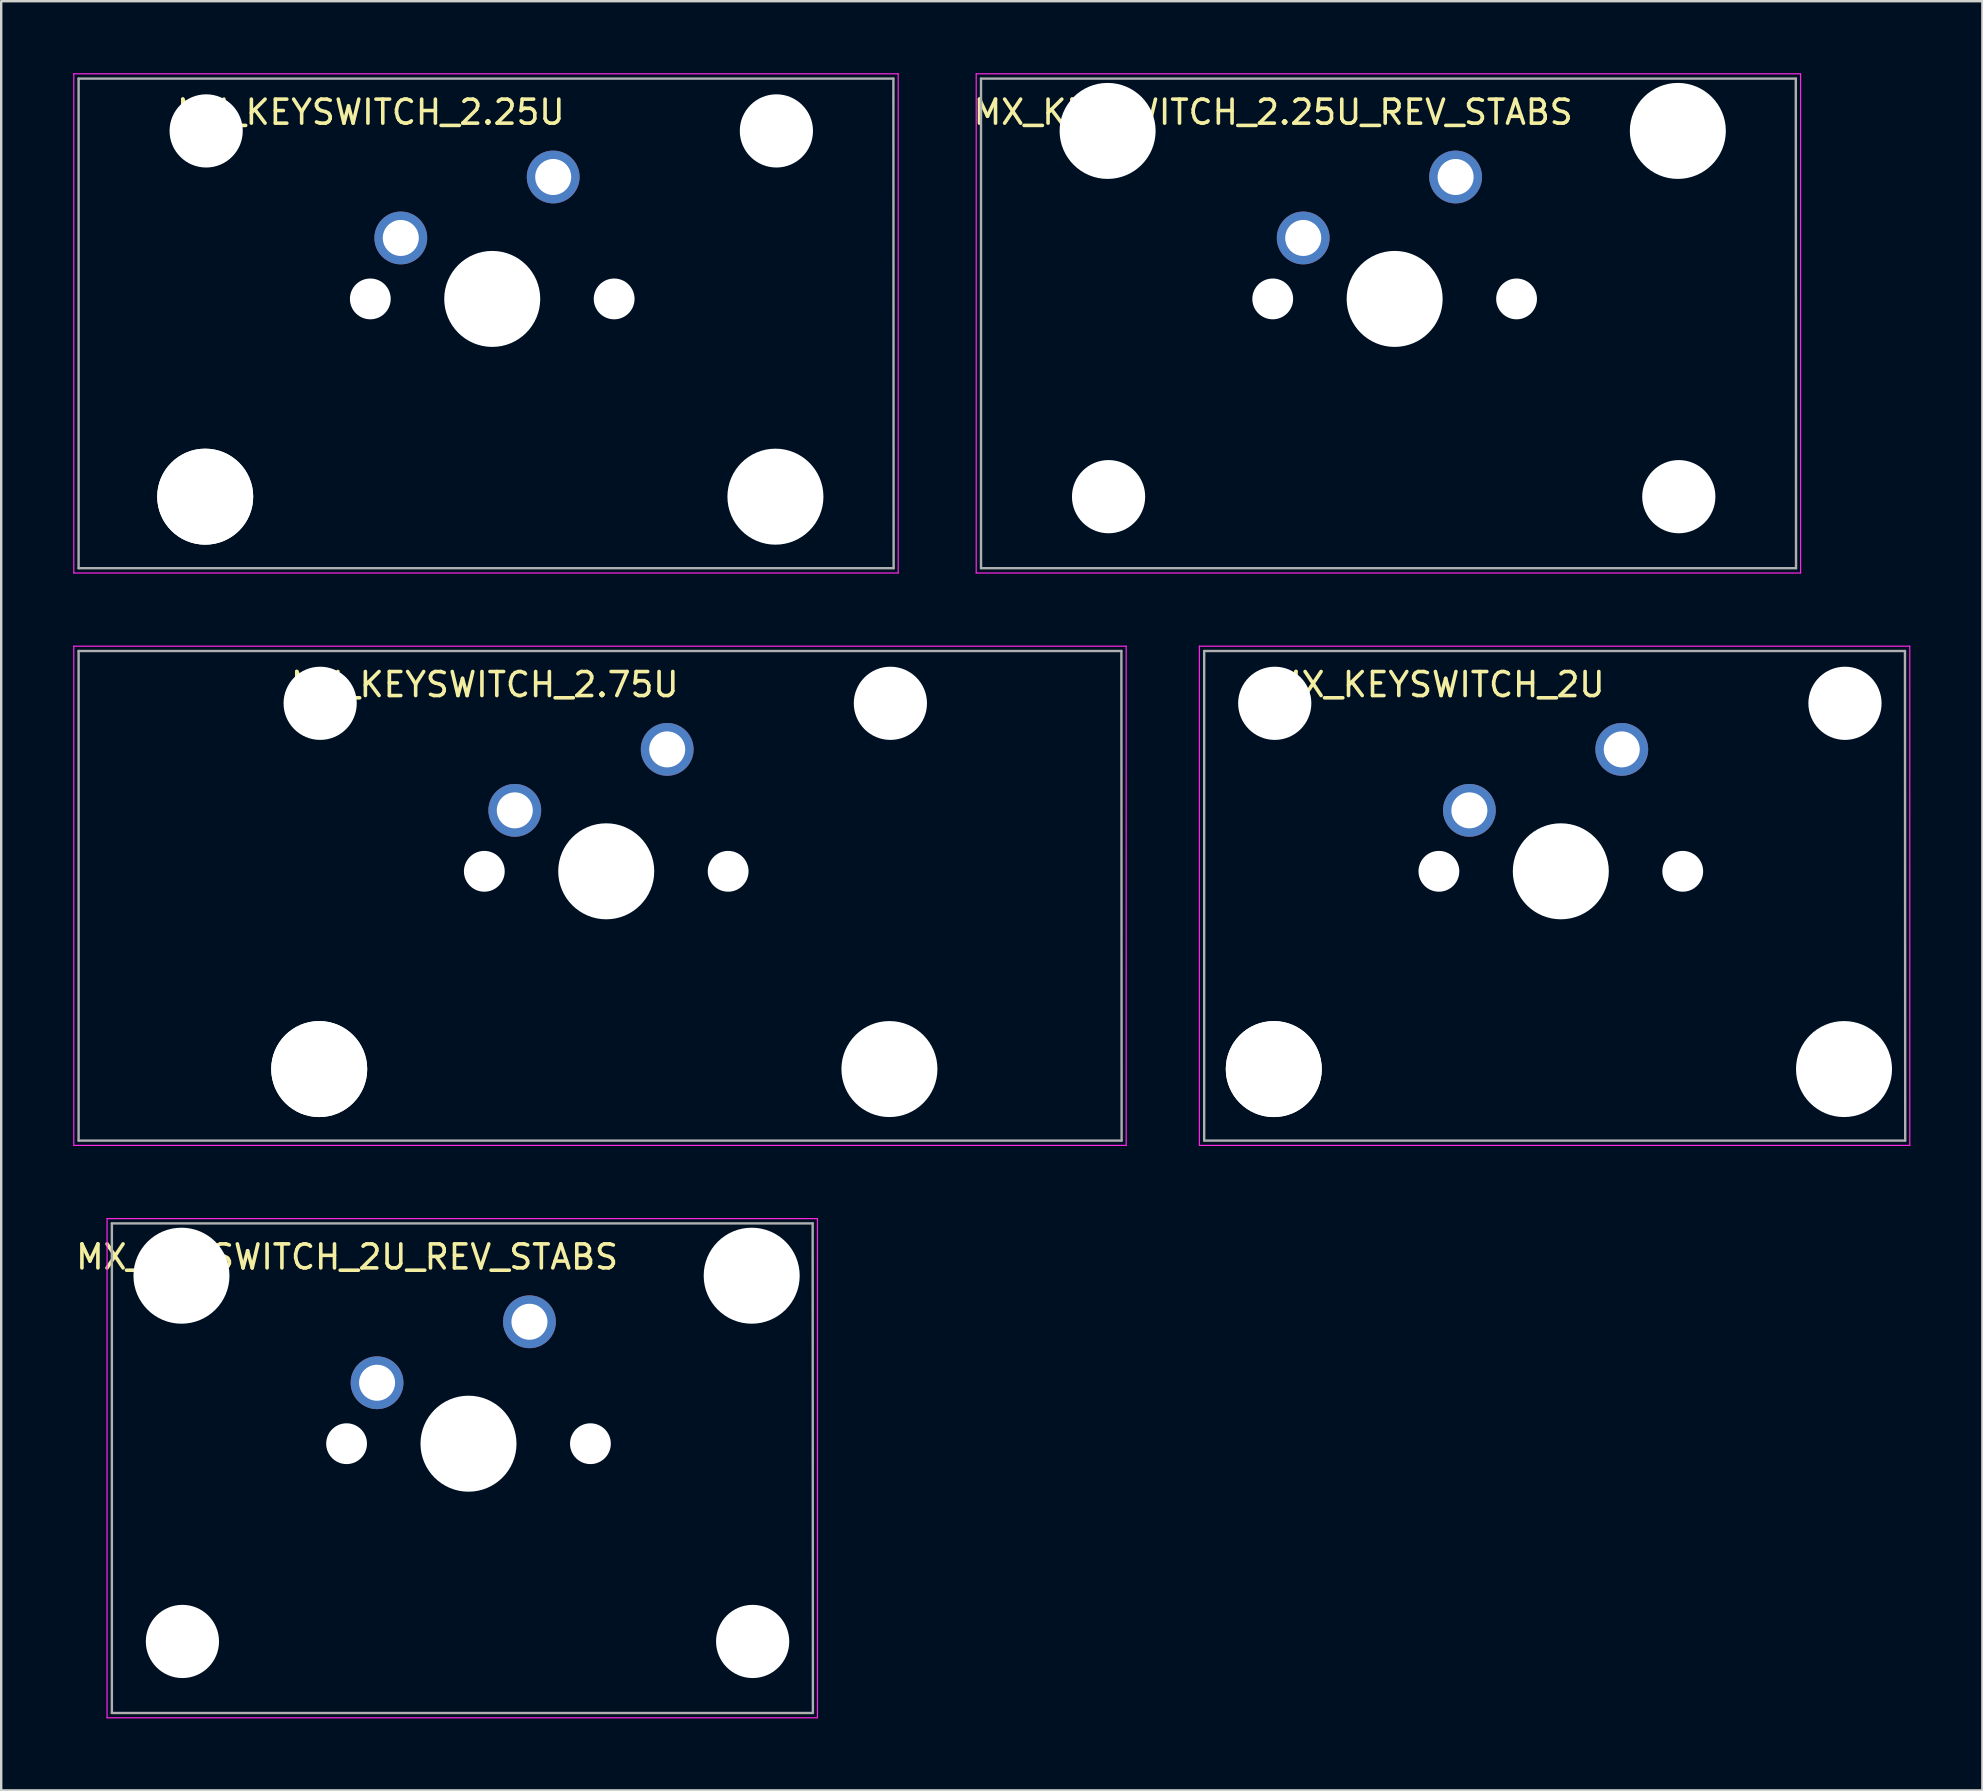
<source format=kicad_pcb>
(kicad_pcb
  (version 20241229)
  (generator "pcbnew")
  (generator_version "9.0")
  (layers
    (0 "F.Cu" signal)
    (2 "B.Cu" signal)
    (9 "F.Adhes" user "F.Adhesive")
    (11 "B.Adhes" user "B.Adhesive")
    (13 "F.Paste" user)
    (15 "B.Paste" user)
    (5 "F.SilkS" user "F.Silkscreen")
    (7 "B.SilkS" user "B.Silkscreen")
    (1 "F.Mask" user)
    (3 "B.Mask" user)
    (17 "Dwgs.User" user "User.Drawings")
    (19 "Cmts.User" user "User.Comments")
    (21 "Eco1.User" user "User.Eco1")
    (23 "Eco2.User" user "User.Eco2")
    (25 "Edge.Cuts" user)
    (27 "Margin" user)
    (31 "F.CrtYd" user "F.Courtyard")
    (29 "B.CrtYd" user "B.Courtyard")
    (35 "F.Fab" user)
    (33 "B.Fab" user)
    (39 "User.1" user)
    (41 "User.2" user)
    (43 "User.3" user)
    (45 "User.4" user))
  (footprint "MX_KEYSWITCH_2U"
    (layer "F.Cu")
    (at 61.925 33.275)
    (property "Reference" "MX_KEYSWITCH_2U" (at -5 -7.8 0) (layer "F.SilkS") (effects (font (size 1 1) (thickness 0.15))))
    (attr through_hole)
    (fp_line (start -15 -9.4) (end 14.6 -9.4) (stroke (width 0.05) (type solid)) (layer "F.CrtYd"))
    (fp_line (start -15 11.4) (end -15 -9.4) (stroke (width 0.05) (type solid)) (layer "F.CrtYd"))
    (fp_line (start 14.6 -9.4) (end 14.6 11.4) (stroke (width 0.05) (type solid)) (layer "F.CrtYd"))
    (fp_line (start 14.6 11.4) (end -15 11.4) (stroke (width 0.05) (type solid)) (layer "F.CrtYd"))
    (fp_line (start -14.8 -9.2) (end 14.4 -9.2) (stroke (width 0.1) (type solid)) (layer "F.Fab"))
    (fp_line (start -14.8 11.2) (end -14.8 -9.2) (stroke (width 0.1) (type solid)) (layer "F.Fab"))
    (fp_line (start 14.4 -9.2) (end 14.41 11.2) (stroke (width 0.1) (type solid)) (layer "F.Fab"))
    (fp_line (start 14.41 11.2) (end -14.8 11.2) (stroke (width 0.1) (type solid)) (layer "F.Fab"))
    (pad "" np_thru_hole circle (at -11.9 8.22) (size 4 4) (drill 4) (layers "*.Cu" "*.Mask"))
    (pad "" np_thru_hole circle (at -11.9 8.22) (size 4 4) (drill 4) (layers "*.Cu" "*.Mask"))
    (pad "" np_thru_hole circle (at -11.86 -7.02) (size 3.05 3.05) (drill 3.05) (layers "*.Cu" "*.Mask"))
    (pad "" np_thru_hole circle (at -5.02 -0.02) (size 1.7 1.7) (drill 1.7) (layers "*.Cu" "*.Mask"))
    (pad "" np_thru_hole circle (at 0.06 -0.02) (size 4 4) (drill 4) (layers "*.Cu" "*.Mask"))
    (pad "" np_thru_hole circle (at 5.14 -0.02) (size 1.7 1.7) (drill 1.7) (layers "*.Cu" "*.Mask"))
    (pad "" np_thru_hole circle (at 11.86 8.22) (size 4 4) (drill 4) (layers "*.Cu" "*.Mask"))
    (pad "" np_thru_hole circle (at 11.9 -7.02) (size 3.05 3.05) (drill 3.05) (layers "*.Cu" "*.Mask"))
    (pad "1" thru_hole circle (at 2.6 -5.1) (size 2.2 2.2) (drill 1.5) (layers "*.Cu" "*.Mask"))
    (pad "2" thru_hole circle (at -3.75 -2.56) (size 2.2 2.2) (drill 1.5) (layers "*.Cu" "*.Mask")))
  (footprint "MX_KEYSWITCH_2.75U"
    (layer "F.Cu")
    (at 22.15 33.275)
    (property "Reference" "MX_KEYSWITCH_2.75U" (at -5 -7.8 0) (layer "F.SilkS") (effects (font (size 1 1) (thickness 0.15))))
    (attr through_hole)
    (fp_line (start -22.125 -9.4) (end 21.725 -9.4) (stroke (width 0.05) (type solid)) (layer "F.CrtYd"))
    (fp_line (start -22.125 11.4) (end -22.125 -9.4) (stroke (width 0.05) (type solid)) (layer "F.CrtYd"))
    (fp_line (start 21.725 -9.4) (end 21.725 11.4) (stroke (width 0.05) (type solid)) (layer "F.CrtYd"))
    (fp_line (start 21.725 11.4) (end -22.125 11.4) (stroke (width 0.05) (type solid)) (layer "F.CrtYd"))
    (fp_line (start -21.925 -9.2) (end 21.525 -9.2) (stroke (width 0.1) (type solid)) (layer "F.Fab"))
    (fp_line (start -21.925 11.2) (end -21.925 -9.2) (stroke (width 0.1) (type solid)) (layer "F.Fab"))
    (fp_line (start 21.525 -9.2) (end 21.535 11.2) (stroke (width 0.1) (type solid)) (layer "F.Fab"))
    (fp_line (start 21.535 11.2) (end -21.925 11.2) (stroke (width 0.1) (type solid)) (layer "F.Fab"))
    (pad "" np_thru_hole circle (at -11.9 8.22) (size 4 4) (drill 4) (layers "*.Cu" "*.Mask"))
    (pad "" np_thru_hole circle (at -11.9 8.22) (size 4 4) (drill 4) (layers "*.Cu" "*.Mask"))
    (pad "" np_thru_hole circle (at -11.86 -7.02) (size 3.05 3.05) (drill 3.05) (layers "*.Cu" "*.Mask"))
    (pad "" np_thru_hole circle (at -5.02 -0.02) (size 1.7 1.7) (drill 1.7) (layers "*.Cu" "*.Mask"))
    (pad "" np_thru_hole circle (at 0.06 -0.02) (size 4 4) (drill 4) (layers "*.Cu" "*.Mask"))
    (pad "" np_thru_hole circle (at 5.14 -0.02) (size 1.7 1.7) (drill 1.7) (layers "*.Cu" "*.Mask"))
    (pad "" np_thru_hole circle (at 11.86 8.22) (size 4 4) (drill 4) (layers "*.Cu" "*.Mask"))
    (pad "" np_thru_hole circle (at 11.9 -7.02) (size 3.05 3.05) (drill 3.05) (layers "*.Cu" "*.Mask"))
    (pad "1" thru_hole circle (at 2.6 -5.1) (size 2.2 2.2) (drill 1.5) (layers "*.Cu" "*.Mask"))
    (pad "2" thru_hole circle (at -3.75 -2.56) (size 2.2 2.2) (drill 1.5) (layers "*.Cu" "*.Mask")))
  (footprint "MX_KEYSWITCH_2U_REV_STABS"
    (layer "F.Cu")
    (at 16.411 57.125)
    (property "Reference" "MX_KEYSWITCH_2U_REV_STABS" (at -5 -7.8 0) (layer "F.SilkS") (effects (font (size 1 1) (thickness 0.15))))
    (attr through_hole)
    (fp_line (start -15 -9.4) (end 14.6 -9.4) (stroke (width 0.05) (type solid)) (layer "F.CrtYd"))
    (fp_line (start -15 11.4) (end -15 -9.4) (stroke (width 0.05) (type solid)) (layer "F.CrtYd"))
    (fp_line (start 14.6 -9.4) (end 14.6 11.4) (stroke (width 0.05) (type solid)) (layer "F.CrtYd"))
    (fp_line (start 14.6 11.4) (end -15 11.4) (stroke (width 0.05) (type solid)) (layer "F.CrtYd"))
    (fp_line (start -14.8 -9.2) (end 14.4 -9.2) (stroke (width 0.1) (type solid)) (layer "F.Fab"))
    (fp_line (start -14.8 11.2) (end -14.8 -9.2) (stroke (width 0.1) (type solid)) (layer "F.Fab"))
    (fp_line (start 14.4 -9.2) (end 14.41 11.2) (stroke (width 0.1) (type solid)) (layer "F.Fab"))
    (fp_line (start 14.41 11.2) (end -14.8 11.2) (stroke (width 0.1) (type solid)) (layer "F.Fab"))
    (pad "" np_thru_hole circle (at -11.9 -7.02) (size 4 4) (drill 4) (layers "*.Cu" "*.Mask"))
    (pad "" np_thru_hole circle (at -11.86 8.22) (size 3.05 3.05) (drill 3.05) (layers "*.Cu" "*.Mask"))
    (pad "" np_thru_hole circle (at -5.02 -0.02) (size 1.7 1.7) (drill 1.7) (layers "*.Cu" "*.Mask"))
    (pad "" np_thru_hole circle (at 0.06 -0.02) (size 4 4) (drill 4) (layers "*.Cu" "*.Mask"))
    (pad "" np_thru_hole circle (at 5.14 -0.02) (size 1.7 1.7) (drill 1.7) (layers "*.Cu" "*.Mask"))
    (pad "" np_thru_hole circle (at 11.86 -7.02) (size 4 4) (drill 4) (layers "*.Cu" "*.Mask"))
    (pad "" np_thru_hole circle (at 11.9 8.22) (size 3.05 3.05) (drill 3.05) (layers "*.Cu" "*.Mask"))
    (pad "1" thru_hole circle (at 2.6 -5.1) (size 2.2 2.2) (drill 1.5) (layers "*.Cu" "*.Mask"))
    (pad "2" thru_hole circle (at -3.75 -2.56) (size 2.2 2.2) (drill 1.5) (layers "*.Cu" "*.Mask")))
  (footprint "MX_KEYSWITCH_2.25U"
    (layer "F.Cu")
    (at 17.4 9.425)
    (property "Reference" "MX_KEYSWITCH_2.25U" (at -5 -7.8 0) (layer "F.SilkS") (effects (font (size 1 1) (thickness 0.15))))
    (attr through_hole)
    (fp_line (start -17.375 -9.4) (end 16.975 -9.4) (stroke (width 0.05) (type solid)) (layer "F.CrtYd"))
    (fp_line (start -17.375 11.4) (end -17.375 -9.4) (stroke (width 0.05) (type solid)) (layer "F.CrtYd"))
    (fp_line (start 16.975 -9.4) (end 16.975 11.4) (stroke (width 0.05) (type solid)) (layer "F.CrtYd"))
    (fp_line (start 16.975 11.4) (end -17.375 11.4) (stroke (width 0.05) (type solid)) (layer "F.CrtYd"))
    (fp_line (start -17.175 -9.2) (end 16.775 -9.2) (stroke (width 0.1) (type solid)) (layer "F.Fab"))
    (fp_line (start -17.175 11.2) (end -17.175 -9.2) (stroke (width 0.1) (type solid)) (layer "F.Fab"))
    (fp_line (start 16.775 -9.2) (end 16.785 11.2) (stroke (width 0.1) (type solid)) (layer "F.Fab"))
    (fp_line (start 16.785 11.2) (end -17.175 11.2) (stroke (width 0.1) (type solid)) (layer "F.Fab"))
    (pad "" np_thru_hole circle (at -11.9 8.22) (size 4 4) (drill 4) (layers "*.Cu" "*.Mask"))
    (pad "" np_thru_hole circle (at -11.9 8.22) (size 4 4) (drill 4) (layers "*.Cu" "*.Mask"))
    (pad "" np_thru_hole circle (at -11.86 -7.02) (size 3.05 3.05) (drill 3.05) (layers "*.Cu" "*.Mask"))
    (pad "" np_thru_hole circle (at -5.02 -0.02) (size 1.7 1.7) (drill 1.7) (layers "*.Cu" "*.Mask"))
    (pad "" np_thru_hole circle (at 0.06 -0.02) (size 4 4) (drill 4) (layers "*.Cu" "*.Mask"))
    (pad "" np_thru_hole circle (at 5.14 -0.02) (size 1.7 1.7) (drill 1.7) (layers "*.Cu" "*.Mask"))
    (pad "" np_thru_hole circle (at 11.86 8.22) (size 4 4) (drill 4) (layers "*.Cu" "*.Mask"))
    (pad "" np_thru_hole circle (at 11.9 -7.02) (size 3.05 3.05) (drill 3.05) (layers "*.Cu" "*.Mask"))
    (pad "1" thru_hole circle (at 2.6 -5.1) (size 2.2 2.2) (drill 1.5) (layers "*.Cu" "*.Mask"))
    (pad "2" thru_hole circle (at -3.75 -2.56) (size 2.2 2.2) (drill 1.5) (layers "*.Cu" "*.Mask")))
  (footprint "MX_KEYSWITCH_2.25U_REV_STABS"
    (layer "F.Cu")
    (at 55.001 9.425)
    (property "Reference" "MX_KEYSWITCH_2.25U_REV_STABS" (at -5 -7.8 0) (layer "F.SilkS") (effects (font (size 1 1) (thickness 0.15))))
    (attr through_hole)
    (fp_line (start -17.375 -9.4) (end 16.975 -9.4) (stroke (width 0.05) (type solid)) (layer "F.CrtYd"))
    (fp_line (start -17.375 11.4) (end -17.375 -9.4) (stroke (width 0.05) (type solid)) (layer "F.CrtYd"))
    (fp_line (start 16.975 -9.4) (end 16.975 11.4) (stroke (width 0.05) (type solid)) (layer "F.CrtYd"))
    (fp_line (start 16.975 11.4) (end -17.375 11.4) (stroke (width 0.05) (type solid)) (layer "F.CrtYd"))
    (fp_line (start -17.175 -9.2) (end 16.775 -9.2) (stroke (width 0.1) (type solid)) (layer "F.Fab"))
    (fp_line (start -17.175 11.2) (end -17.175 -9.2) (stroke (width 0.1) (type solid)) (layer "F.Fab"))
    (fp_line (start 16.775 -9.2) (end 16.785 11.2) (stroke (width 0.1) (type solid)) (layer "F.Fab"))
    (fp_line (start 16.785 11.2) (end -17.175 11.2) (stroke (width 0.1) (type solid)) (layer "F.Fab"))
    (pad "" np_thru_hole circle (at -11.9 -7.02) (size 4 4) (drill 4) (layers "*.Cu" "*.Mask"))
    (pad "" np_thru_hole circle (at -11.86 8.22) (size 3.05 3.05) (drill 3.05) (layers "*.Cu" "*.Mask"))
    (pad "" np_thru_hole circle (at -5.02 -0.02) (size 1.7 1.7) (drill 1.7) (layers "*.Cu" "*.Mask"))
    (pad "" np_thru_hole circle (at 0.06 -0.02) (size 4 4) (drill 4) (layers "*.Cu" "*.Mask"))
    (pad "" np_thru_hole circle (at 5.14 -0.02) (size 1.7 1.7) (drill 1.7) (layers "*.Cu" "*.Mask"))
    (pad "" np_thru_hole circle (at 11.86 -7.02) (size 4 4) (drill 4) (layers "*.Cu" "*.Mask"))
    (pad "" np_thru_hole circle (at 11.9 8.22) (size 3.05 3.05) (drill 3.05) (layers "*.Cu" "*.Mask"))
    (pad "1" thru_hole circle (at 2.6 -5.1) (size 2.2 2.2) (drill 1.5) (layers "*.Cu" "*.Mask"))
    (pad "2" thru_hole circle (at -3.75 -2.56) (size 2.2 2.2) (drill 1.5) (layers "*.Cu" "*.Mask")))
  (gr_rect
    (start -3 -3)
    (end 79.55 71.55)
    (stroke (width 0.1) (type default))
    (fill no)
    (layer "Edge.Cuts")))
</source>
